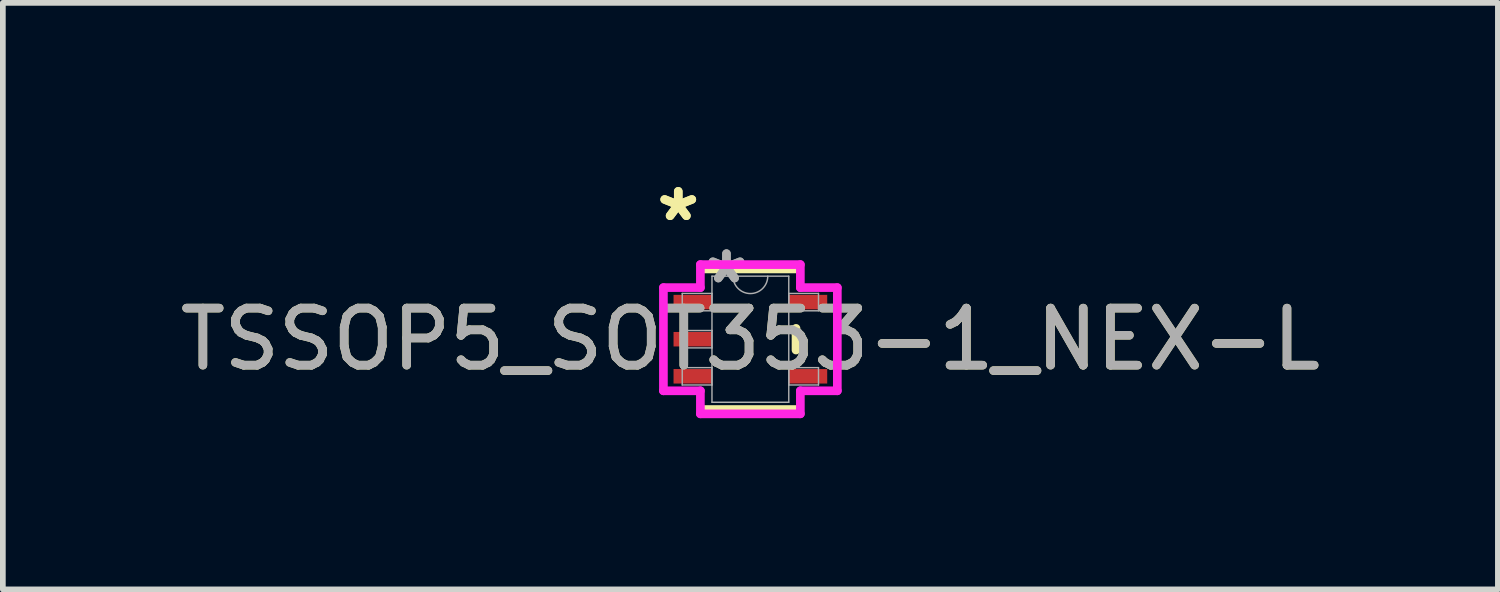
<source format=kicad_pcb>
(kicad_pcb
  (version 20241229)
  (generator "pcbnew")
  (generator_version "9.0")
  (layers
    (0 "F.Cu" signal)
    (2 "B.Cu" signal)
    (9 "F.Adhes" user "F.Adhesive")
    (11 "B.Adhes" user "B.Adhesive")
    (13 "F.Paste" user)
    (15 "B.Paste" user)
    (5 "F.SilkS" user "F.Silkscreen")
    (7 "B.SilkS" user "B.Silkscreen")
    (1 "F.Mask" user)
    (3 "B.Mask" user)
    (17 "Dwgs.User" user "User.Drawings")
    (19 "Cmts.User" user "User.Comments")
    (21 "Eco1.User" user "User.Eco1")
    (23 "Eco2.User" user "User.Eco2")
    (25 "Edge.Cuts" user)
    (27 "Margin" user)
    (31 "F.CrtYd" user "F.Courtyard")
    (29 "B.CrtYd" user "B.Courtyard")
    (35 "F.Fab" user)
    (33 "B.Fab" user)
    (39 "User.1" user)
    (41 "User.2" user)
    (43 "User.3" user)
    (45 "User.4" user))
  (footprint "TSSOP5_SOT353-1_NEX-L"
    (layer "F.Cu")
    (at 10.101 2.895)
    (property "Reference" "TSSOP5_SOT353-1_NEX-L" (at 0 0 0) (unlocked yes) (layer "F.SilkS") (effects (font (size 1 1) (thickness 0.15))))
    (attr smd)
    (fp_line (start -0.8 1.232) (end 0.8 1.232) (stroke (width 0.152) (type solid)) (layer "F.SilkS"))
    (fp_line (start 0.8 -1.232) (end -0.8 -1.232) (stroke (width 0.152) (type solid)) (layer "F.SilkS"))
    (fp_line (start 0.8 0.19) (end 0.8 -0.19) (stroke (width 0.152) (type solid)) (layer "F.SilkS"))
    (fp_line (start -1.524 -0.904) (end -0.876 -0.904) (stroke (width 0.152) (type solid)) (layer "F.CrtYd"))
    (fp_line (start -1.524 0.904) (end -1.524 -0.904) (stroke (width 0.152) (type solid)) (layer "F.CrtYd"))
    (fp_line (start -0.876 -1.308) (end 0.876 -1.308) (stroke (width 0.152) (type solid)) (layer "F.CrtYd"))
    (fp_line (start -0.876 -0.904) (end -0.876 -1.308) (stroke (width 0.152) (type solid)) (layer "F.CrtYd"))
    (fp_line (start -0.876 0.904) (end -1.524 0.904) (stroke (width 0.152) (type solid)) (layer "F.CrtYd"))
    (fp_line (start -0.876 1.308) (end -0.876 0.904) (stroke (width 0.152) (type solid)) (layer "F.CrtYd"))
    (fp_line (start 0.876 -1.308) (end 0.876 -0.904) (stroke (width 0.152) (type solid)) (layer "F.CrtYd"))
    (fp_line (start 0.876 -0.904) (end 1.524 -0.904) (stroke (width 0.152) (type solid)) (layer "F.CrtYd"))
    (fp_line (start 0.876 0.904) (end 0.876 1.308) (stroke (width 0.152) (type solid)) (layer "F.CrtYd"))
    (fp_line (start 0.876 1.308) (end -0.876 1.308) (stroke (width 0.152) (type solid)) (layer "F.CrtYd"))
    (fp_line (start 1.524 -0.904) (end 1.524 0.904) (stroke (width 0.152) (type solid)) (layer "F.CrtYd"))
    (fp_line (start 1.524 0.904) (end 0.876 0.904) (stroke (width 0.152) (type solid)) (layer "F.CrtYd"))
    (fp_line (start -1.194 -0.802) (end -1.194 -0.498) (stroke (width 0.025) (type solid)) (layer "F.Fab"))
    (fp_line (start -1.194 -0.498) (end -0.673 -0.498) (stroke (width 0.025) (type solid)) (layer "F.Fab"))
    (fp_line (start -1.194 -0.152) (end -1.194 0.152) (stroke (width 0.025) (type solid)) (layer "F.Fab"))
    (fp_line (start -1.194 0.152) (end -0.673 0.152) (stroke (width 0.025) (type solid)) (layer "F.Fab"))
    (fp_line (start -1.194 0.498) (end -1.194 0.802) (stroke (width 0.025) (type solid)) (layer "F.Fab"))
    (fp_line (start -1.194 0.802) (end -0.673 0.802) (stroke (width 0.025) (type solid)) (layer "F.Fab"))
    (fp_line (start -0.673 -1.105) (end -0.673 1.105) (stroke (width 0.025) (type solid)) (layer "F.Fab"))
    (fp_line (start -0.673 -0.802) (end -1.194 -0.802) (stroke (width 0.025) (type solid)) (layer "F.Fab"))
    (fp_line (start -0.673 -0.498) (end -0.673 -0.802) (stroke (width 0.025) (type solid)) (layer "F.Fab"))
    (fp_line (start -0.673 -0.152) (end -1.194 -0.152) (stroke (width 0.025) (type solid)) (layer "F.Fab"))
    (fp_line (start -0.673 0.152) (end -0.673 -0.152) (stroke (width 0.025) (type solid)) (layer "F.Fab"))
    (fp_line (start -0.673 0.498) (end -1.194 0.498) (stroke (width 0.025) (type solid)) (layer "F.Fab"))
    (fp_line (start -0.673 0.802) (end -0.673 0.498) (stroke (width 0.025) (type solid)) (layer "F.Fab"))
    (fp_line (start -0.673 1.105) (end 0.673 1.105) (stroke (width 0.025) (type solid)) (layer "F.Fab"))
    (fp_line (start 0.673 -1.105) (end -0.673 -1.105) (stroke (width 0.025) (type solid)) (layer "F.Fab"))
    (fp_line (start 0.673 -0.802) (end 0.673 -0.498) (stroke (width 0.025) (type solid)) (layer "F.Fab"))
    (fp_line (start 0.673 -0.498) (end 1.194 -0.498) (stroke (width 0.025) (type solid)) (layer "F.Fab"))
    (fp_line (start 0.673 0.498) (end 0.673 0.802) (stroke (width 0.025) (type solid)) (layer "F.Fab"))
    (fp_line (start 0.673 0.802) (end 1.194 0.802) (stroke (width 0.025) (type solid)) (layer "F.Fab"))
    (fp_line (start 0.673 1.105) (end 0.673 -1.105) (stroke (width 0.025) (type solid)) (layer "F.Fab"))
    (fp_line (start 1.194 -0.802) (end 0.673 -0.802) (stroke (width 0.025) (type solid)) (layer "F.Fab"))
    (fp_line (start 1.194 -0.498) (end 1.194 -0.802) (stroke (width 0.025) (type solid)) (layer "F.Fab"))
    (fp_line (start 1.194 0.498) (end 0.673 0.498) (stroke (width 0.025) (type solid)) (layer "F.Fab"))
    (fp_line (start 1.194 0.802) (end 1.194 0.498) (stroke (width 0.025) (type solid)) (layer "F.Fab"))
    (fp_arc (start 0.3048 -1.1049) (mid 0 -0.8001) (end -0.3048 -1.1049) (stroke (width 0.0254) (type solid)) (layer "F.Fab"))
    (fp_text user "*" (at -1.264 -2.047 0) (unlocked yes) (layer "F.SilkS") (effects (font (size 1 1) (thickness 0.15))))
    (fp_text user "*" (at -1.264 -2.047 0) (layer "F.SilkS") (effects (font (size 1 1) (thickness 0.15))))
    (fp_text user "*" (at -0.419 -0.955 0) (layer "F.Fab") (effects (font (size 1 1) (thickness 0.15))))
    (fp_text user "${REFERENCE}" (at 0 0 0) (unlocked yes) (layer "F.Fab") (effects (font (size 1 1) (thickness 0.15))))
    (fp_text user "*" (at -0.419 -0.955 0) (unlocked yes) (layer "F.Fab") (effects (font (size 1 1) (thickness 0.15))))
    (pad "1" smd rect (at -1.01 -0.65) (size 0.673 0.254) (layers "F.Cu" "F.Mask" "F.Paste"))
    (pad "2" smd rect (at -1.01 0) (size 0.673 0.254) (layers "F.Cu" "F.Mask" "F.Paste"))
    (pad "3" smd rect (at -1.01 0.65) (size 0.673 0.254) (layers "F.Cu" "F.Mask" "F.Paste"))
    (pad "4" smd rect (at 1.01 0.65) (size 0.673 0.254) (layers "F.Cu" "F.Mask" "F.Paste"))
    (pad "5" smd rect (at 1.01 -0.65) (size 0.673 0.254) (layers "F.Cu" "F.Mask" "F.Paste")))
  (gr_rect
    (start -3 -3)
    (end 23.202 7.28)
    (stroke (width 0.1) (type default))
    (fill no)
    (layer "Edge.Cuts")))
</source>
